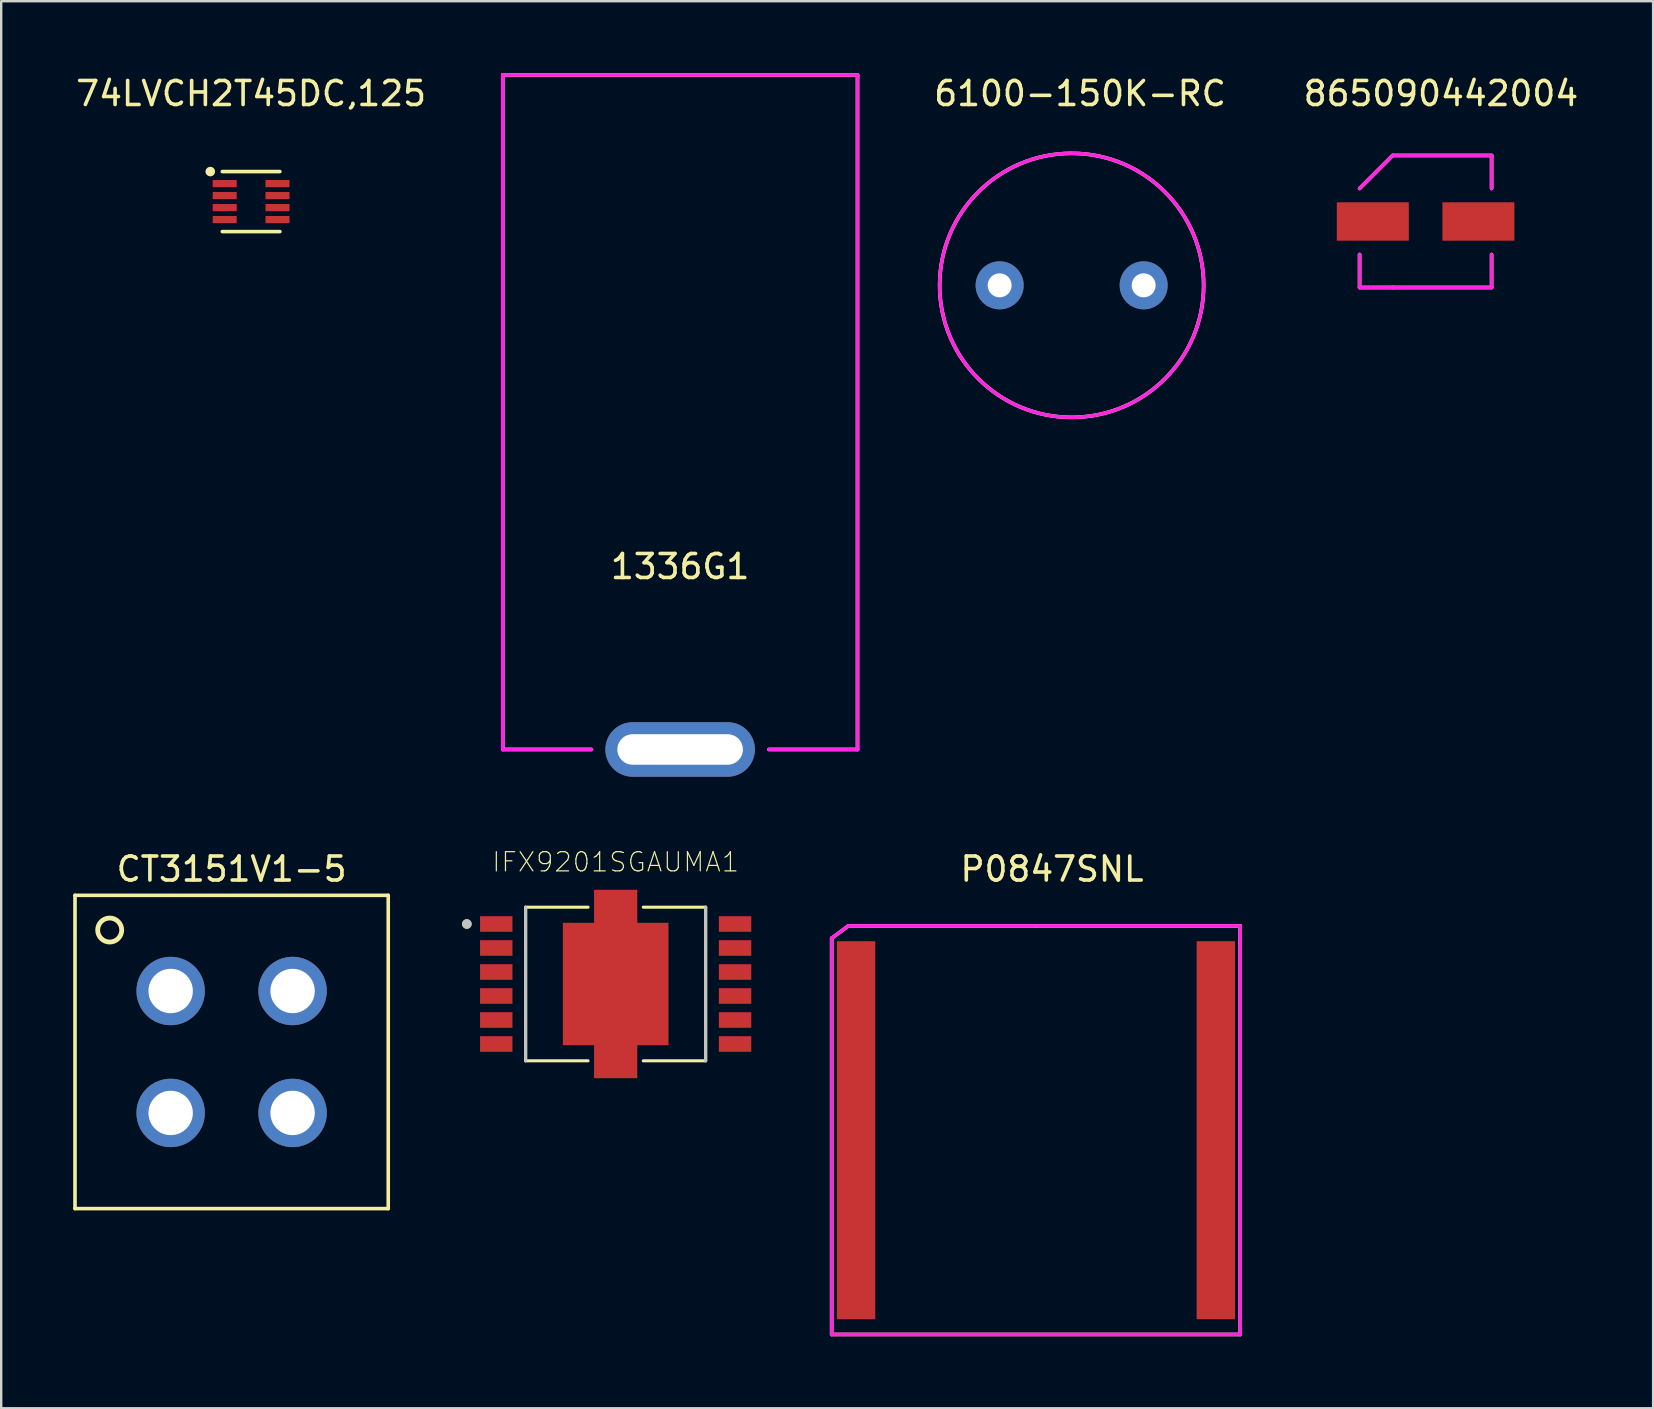
<source format=kicad_pcb>
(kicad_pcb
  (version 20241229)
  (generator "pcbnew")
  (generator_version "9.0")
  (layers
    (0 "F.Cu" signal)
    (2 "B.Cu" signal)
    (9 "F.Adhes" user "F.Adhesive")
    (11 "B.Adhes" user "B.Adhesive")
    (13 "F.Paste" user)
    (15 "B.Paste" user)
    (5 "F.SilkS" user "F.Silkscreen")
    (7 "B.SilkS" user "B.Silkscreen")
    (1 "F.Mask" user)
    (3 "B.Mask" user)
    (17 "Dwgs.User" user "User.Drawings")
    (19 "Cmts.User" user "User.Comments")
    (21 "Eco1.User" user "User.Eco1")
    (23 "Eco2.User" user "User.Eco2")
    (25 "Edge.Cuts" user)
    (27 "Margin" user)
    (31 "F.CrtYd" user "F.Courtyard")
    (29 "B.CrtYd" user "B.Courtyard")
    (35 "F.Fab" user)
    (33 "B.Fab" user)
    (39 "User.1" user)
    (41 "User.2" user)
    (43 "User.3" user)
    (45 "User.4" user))
  (footprint "74LVCH2T45DC,125"
    (layer "F.Cu")
    (at 7.411 5.348)
    (property "Reference" "74LVCH2T45DC,125" (at 0 -4.5 0) (layer "F.SilkS") (effects (font (size 1 1) (thickness 0.15))))
    (attr through_hole)
    (fp_line (start -1.2 -1.25) (end 1.2 -1.25) (stroke (width 0.15) (type solid)) (layer "F.SilkS"))
    (fp_line (start -1.2 1.25) (end 1.2 1.25) (stroke (width 0.15) (type solid)) (layer "F.SilkS"))
    (fp_circle (center -1.7 -1.25) (end -1.6 -1.25) (stroke (width 0.2) (type solid)) (fill no) (layer "F.SilkS"))
    (pad "1" smd rect (at -1.1 -0.75) (size 1 0.3) (layers "F.Cu" "F.Mask" "F.Paste"))
    (pad "2" smd rect (at -1.1 -0.25) (size 1 0.3) (layers "F.Cu" "F.Mask" "F.Paste"))
    (pad "3" smd rect (at -1.1 0.25) (size 1 0.3) (layers "F.Cu" "F.Mask" "F.Paste"))
    (pad "4" smd rect (at -1.1 0.75) (size 1 0.3) (layers "F.Cu" "F.Mask" "F.Paste"))
    (pad "5" smd rect (at 1.1 0.75) (size 1 0.3) (layers "F.Cu" "F.Mask" "F.Paste"))
    (pad "6" smd rect (at 1.1 0.25) (size 1 0.3) (layers "F.Cu" "F.Mask" "F.Paste"))
    (pad "7" smd rect (at 1.1 -0.25) (size 1 0.3) (layers "F.Cu" "F.Mask" "F.Paste"))
    (pad "8" smd rect (at 1.1 -0.75) (size 1 0.3) (layers "F.Cu" "F.Mask" "F.Paste")))
  (footprint "865090442004"
    (layer "F.Cu")
    (at 56.344 6.178)
    (property "Reference" "865090442004" (at 0.64 -5.33 0) (layer "F.SilkS") (effects (font (size 1 1) (thickness 0.15))))
    (attr through_hole)
    (fp_line (start -2.75 -1.375) (end -1.375 -2.75) (stroke (width 0.15) (type solid)) (layer "F.SilkS"))
    (fp_line (start -2.75 1.375) (end -2.75 2.75) (stroke (width 0.15) (type solid)) (layer "F.SilkS"))
    (fp_line (start -2.75 2.75) (end -1.375 2.75) (stroke (width 0.15) (type solid)) (layer "F.SilkS"))
    (fp_line (start -1.375 -2.75) (end 2.75 -2.75) (stroke (width 0.15) (type solid)) (layer "F.SilkS"))
    (fp_line (start -1.375 2.75) (end 2.75 2.75) (stroke (width 0.15) (type solid)) (layer "F.SilkS"))
    (fp_line (start 2.75 -2.75) (end 2.75 -1.375) (stroke (width 0.15) (type solid)) (layer "F.SilkS"))
    (fp_line (start 2.75 1.375) (end 2.75 2.75) (stroke (width 0.15) (type solid)) (layer "F.SilkS"))
    (fp_line (start -2.75 1.375) (end -2.75 2.75) (stroke (width 0.15) (type solid)) (layer "F.CrtYd"))
    (fp_line (start -2.75 2.75) (end 2.75 2.75) (stroke (width 0.15) (type solid)) (layer "F.CrtYd"))
    (fp_line (start -1.375 -2.75) (end -2.75 -1.375) (stroke (width 0.15) (type solid)) (layer "F.CrtYd"))
    (fp_line (start 2.75 -2.75) (end -1.375 -2.75) (stroke (width 0.15) (type solid)) (layer "F.CrtYd"))
    (fp_line (start 2.75 -1.375) (end 2.75 -2.75) (stroke (width 0.15) (type solid)) (layer "F.CrtYd"))
    (fp_line (start 2.75 2.75) (end 2.75 1.375) (stroke (width 0.15) (type solid)) (layer "F.CrtYd"))
    (pad "1" smd rect (at -2.2 0) (size 3 1.6) (layers "F.Cu" "F.Mask" "F.Paste"))
    (pad "2" smd rect (at 2.2 0) (size 3 1.6) (layers "F.Cu" "F.Mask" "F.Paste")))
  (footprint "P0847SNL"
    (layer "F.Cu")
    (at 40.11 44.038)
    (property "Reference" "P0847SNL" (at 0.67 -10.88 0) (layer "F.SilkS") (effects (font (size 1 1) (thickness 0.15))))
    (attr through_hole)
    (fp_line (start -8.51 -8) (end -7.82 -8.51) (stroke (width 0.15) (type solid)) (layer "F.SilkS"))
    (fp_line (start -8.51 8.51) (end -8.51 -8) (stroke (width 0.15) (type solid)) (layer "F.SilkS"))
    (fp_line (start -7.82 -8.51) (end 0 -8.51) (stroke (width 0.15) (type solid)) (layer "F.SilkS"))
    (fp_line (start 0 -8.51) (end 8.51 -8.51) (stroke (width 0.15) (type solid)) (layer "F.SilkS"))
    (fp_line (start 8.51 -8.51) (end 8.51 8.51) (stroke (width 0.15) (type solid)) (layer "F.SilkS"))
    (fp_line (start 8.51 8.51) (end -8.51 8.51) (stroke (width 0.15) (type solid)) (layer "F.SilkS"))
    (fp_line (start -8.51 -8) (end -8.51 8.51) (stroke (width 0.15) (type solid)) (layer "F.CrtYd"))
    (fp_line (start -8.51 8.51) (end 8.51 8.51) (stroke (width 0.15) (type solid)) (layer "F.CrtYd"))
    (fp_line (start -7.82 -8.51) (end -8.51 -8) (stroke (width 0.15) (type solid)) (layer "F.CrtYd"))
    (fp_line (start 8.51 -8.51) (end -7.82 -8.51) (stroke (width 0.15) (type solid)) (layer "F.CrtYd"))
    (fp_line (start 8.51 8.51) (end 8.51 -8.48) (stroke (width 0.15) (type solid)) (layer "F.CrtYd"))
    (pad "1" smd rect (at -7.495 0) (size 1.6 15.75) (layers "F.Cu" "F.Mask" "F.Paste"))
    (pad "2" smd rect (at 7.495 0) (size 1.6 15.75) (layers "F.Cu" "F.Mask" "F.Paste")))
  (footprint "1336G1"
    (layer "F.Cu")
    (at 25.286 28.175)
    (property "Reference" "1336G1" (at 0 -7.62 0) (layer "F.SilkS") (effects (font (size 1 1) (thickness 0.15))))
    (attr through_hole)
    (fp_line (start -7.39 -28.1) (end 7.39 -28.1) (stroke (width 0.15) (type solid)) (layer "F.SilkS"))
    (fp_line (start -7.39 0) (end -7.39 -28.1) (stroke (width 0.15) (type solid)) (layer "F.SilkS"))
    (fp_line (start -7.39 0) (end -3.695 0) (stroke (width 0.15) (type solid)) (layer "F.SilkS"))
    (fp_line (start 7.39 -28.1) (end 7.39 0) (stroke (width 0.15) (type solid)) (layer "F.SilkS"))
    (fp_line (start 7.39 0) (end 3.695 0) (stroke (width 0.15) (type solid)) (layer "F.SilkS"))
    (fp_line (start -7.39 -28.1) (end 7.39 -28.1) (stroke (width 0.15) (type solid)) (layer "F.CrtYd"))
    (fp_line (start -7.39 0) (end -7.39 -28.1) (stroke (width 0.15) (type solid)) (layer "F.CrtYd"))
    (fp_line (start -7.39 0) (end -3.695 0) (stroke (width 0.15) (type solid)) (layer "F.CrtYd"))
    (fp_line (start 7.39 -28.1) (end 7.39 0) (stroke (width 0.15) (type solid)) (layer "F.CrtYd"))
    (fp_line (start 7.39 0) (end 3.695 0) (stroke (width 0.15) (type solid)) (layer "F.CrtYd"))
    (pad "1" thru_hole oval (at 0 0) (size 6.23 2.27) (drill oval 5.23 1.27) (layers "*.Cu" "*.Mask")))
  (footprint "CT3151V1-5"
    (layer "F.Cu")
    (at 6.6 40.778)
    (property "Reference" "CT3151V1-5" (at 0 -7.62 0) (layer "F.SilkS") (effects (font (size 1 1) (thickness 0.15))))
    (attr through_hole)
    (fp_line (start -6.525 -6.525) (end 6.525 -6.525) (stroke (width 0.15) (type solid)) (layer "F.SilkS"))
    (fp_line (start -6.525 6.525) (end -6.525 -6.525) (stroke (width 0.15) (type solid)) (layer "F.SilkS"))
    (fp_line (start 6.525 -6.525) (end 6.525 6.525) (stroke (width 0.15) (type solid)) (layer "F.SilkS"))
    (fp_line (start 6.525 6.525) (end -6.525 6.525) (stroke (width 0.15) (type solid)) (layer "F.SilkS"))
    (fp_circle (center -5.08 -5.08) (end -4.58 -5.08) (stroke (width 0.2) (type solid)) (fill no) (layer "F.SilkS"))
    (pad "1" thru_hole circle (at -2.54 -2.54) (size 2.85 2.85) (drill 1.85) (layers "*.Cu" "*.Mask"))
    (pad "2" thru_hole circle (at -2.54 2.54) (size 2.85 2.85) (drill 1.85) (layers "*.Cu" "*.Mask"))
    (pad "3" thru_hole circle (at 2.54 2.54) (size 2.85 2.85) (drill 1.85) (layers "*.Cu" "*.Mask"))
    (pad "4" thru_hole circle (at 2.54 -2.54) (size 2.85 2.85) (drill 1.85) (layers "*.Cu" "*.Mask")))
  (footprint "6100-150K-RC"
    (layer "F.Cu")
    (at 41.598 8.838)
    (property "Reference" "6100-150K-RC" (at 0.35 -7.99 0) (layer "F.SilkS") (effects (font (size 1 1) (thickness 0.15))))
    (attr through_hole)
    (fp_circle (center 0 0) (end 5.5 0) (stroke (width 0.15) (type solid)) (fill no) (layer "F.SilkS"))
    (fp_circle (center 0 0) (end 5.5 0) (stroke (width 0.15) (type solid)) (fill no) (layer "F.CrtYd"))
    (pad "1" thru_hole circle (at -3 0) (size 2 2) (drill 1) (layers "*.Cu" "*.Mask"))
    (pad "2" thru_hole circle (at 3 0) (size 2 2) (drill 1) (layers "*.Cu" "*.Mask")))
  (footprint "IFX9201SGAUMA1"
    (layer "F.Cu")
    (at 22.6 37.946)
    (property "Reference" "IFX9201SGAUMA1" (at 0 -5.08 0) (layer "F.SilkS") (effects (font (size 0.8 0.8) (thickness 0.05))))
    (attr smd)
    (fp_line (start -3.75 -3.2) (end -1.15 -3.2) (stroke (width 0.127) (type solid)) (layer "F.SilkS"))
    (fp_line (start -3.75 3.2) (end -3.75 -3.2) (stroke (width 0.127) (type solid)) (layer "F.SilkS"))
    (fp_line (start -3.75 3.2) (end -1.15 3.2) (stroke (width 0.127) (type solid)) (layer "F.SilkS"))
    (fp_line (start 3.75 -3.2) (end 1.15 -3.2) (stroke (width 0.127) (type solid)) (layer "F.SilkS"))
    (fp_line (start 3.75 -3.2) (end 3.75 3.2) (stroke (width 0.127) (type solid)) (layer "F.SilkS"))
    (fp_line (start 3.75 3.2) (end 1.15 3.2) (stroke (width 0.127) (type solid)) (layer "F.SilkS"))
    (fp_circle (center -6.2 -2.5) (end -6.1 -2.5) (stroke (width 0.2) (type solid)) (fill no) (layer "F.SilkS"))
    (fp_poly (pts (xy -0.2 -2.45) (xy -0.2 -0.2) (xy -2.1 -0.2) (xy -2.1 -2.45)) (stroke (width 0) (type solid)) (fill yes) (layer "F.Paste"))
    (fp_poly (pts (xy -0.2 0.2) (xy -0.2 2.45) (xy -2.1 2.45) (xy -2.1 0.2)) (stroke (width 0) (type solid)) (fill yes) (layer "F.Paste"))
    (fp_poly (pts (xy 0.8 -3.8) (xy 0.8 -2.85) (xy -0.8 -2.85) (xy -0.8 -3.8)) (stroke (width 0) (type solid)) (fill yes) (layer "F.Paste"))
    (fp_poly (pts (xy 0.8 2.85) (xy 0.8 3.8) (xy -0.8 3.8) (xy -0.8 2.85)) (stroke (width 0) (type solid)) (fill yes) (layer "F.Paste"))
    (fp_poly (pts (xy 2.1 -2.45) (xy 2.1 -0.2) (xy 0.2 -0.2) (xy 0.2 -2.45)) (stroke (width 0) (type solid)) (fill yes) (layer "F.Paste"))
    (fp_poly (pts (xy 2.1 0.2) (xy 2.1 2.45) (xy 0.2 2.45) (xy 0.2 0.2)) (stroke (width 0) (type solid)) (fill yes) (layer "F.Paste"))
    (fp_line (start -3.75 3.2) (end -3.75 -3.2) (stroke (width 0.127) (type solid)) (layer "Dwgs.User"))
    (fp_line (start 3.75 -3.2) (end 3.75 3.2) (stroke (width 0.127) (type solid)) (layer "Dwgs.User"))
    (fp_circle (center -6.2 -2.5) (end -6.1 -2.5) (stroke (width 0.2) (type solid)) (fill no) (layer "Dwgs.User"))
    (fp_line (start -5.9 -4.15) (end 5.9 -4.15) (stroke (width 0.05) (type solid)) (layer "Eco1.User"))
    (fp_line (start -5.9 4.15) (end -5.9 -4.15) (stroke (width 0.05) (type solid)) (layer "Eco1.User"))
    (fp_line (start 5.9 -4.15) (end 5.9 4.15) (stroke (width 0.05) (type solid)) (layer "Eco1.User"))
    (fp_line (start 5.9 4.15) (end -5.9 4.15) (stroke (width 0.05) (type solid)) (layer "Eco1.User"))
    (pad "1" smd rect (at -4.975 -2.5) (size 1.35 0.65) (layers "F.Cu" "F.Mask" "F.Paste"))
    (pad "2" smd rect (at -4.975 -1.5) (size 1.35 0.65) (layers "F.Cu" "F.Mask" "F.Paste"))
    (pad "3" smd rect (at -4.975 -0.5) (size 1.35 0.65) (layers "F.Cu" "F.Mask" "F.Paste"))
    (pad "4" smd rect (at -4.975 0.5) (size 1.35 0.65) (layers "F.Cu" "F.Mask" "F.Paste"))
    (pad "5" smd rect (at -4.975 1.5) (size 1.35 0.65) (layers "F.Cu" "F.Mask" "F.Paste"))
    (pad "6" smd rect (at -4.975 2.5) (size 1.35 0.65) (layers "F.Cu" "F.Mask" "F.Paste"))
    (pad "7" smd rect (at 4.975 2.5 180) (size 1.35 0.65) (layers "F.Cu" "F.Mask" "F.Paste"))
    (pad "8" smd rect (at 4.975 1.5 180) (size 1.35 0.65) (layers "F.Cu" "F.Mask" "F.Paste"))
    (pad "9" smd rect (at 4.975 0.5 180) (size 1.35 0.65) (layers "F.Cu" "F.Mask" "F.Paste"))
    (pad "10" smd rect (at 4.975 -0.5 180) (size 1.35 0.65) (layers "F.Cu" "F.Mask" "F.Paste"))
    (pad "11" smd rect (at 4.975 -1.5 180) (size 1.35 0.65) (layers "F.Cu" "F.Mask" "F.Paste"))
    (pad "12" smd rect (at 4.975 -2.5 180) (size 1.35 0.65) (layers "F.Cu" "F.Mask" "F.Paste"))
    (pad "13" smd rect (at 0 -3.225 90) (size 1.4 1.8) (layers "F.Cu" "F.Mask" "F.Paste"))
    (pad "13" smd rect (at 0 0 180) (size 4.4 5.1) (layers "F.Cu" "F.Mask" "F.Paste"))
    (pad "13" smd rect (at 0 3.225 90) (size 1.4 1.8) (layers "F.Cu" "F.Mask" "F.Paste")))
  (gr_rect
    (start -3 -3)
    (end 65.823 55.623)
    (stroke (width 0.1) (type default))
    (fill no)
    (layer "Edge.Cuts")))
</source>
